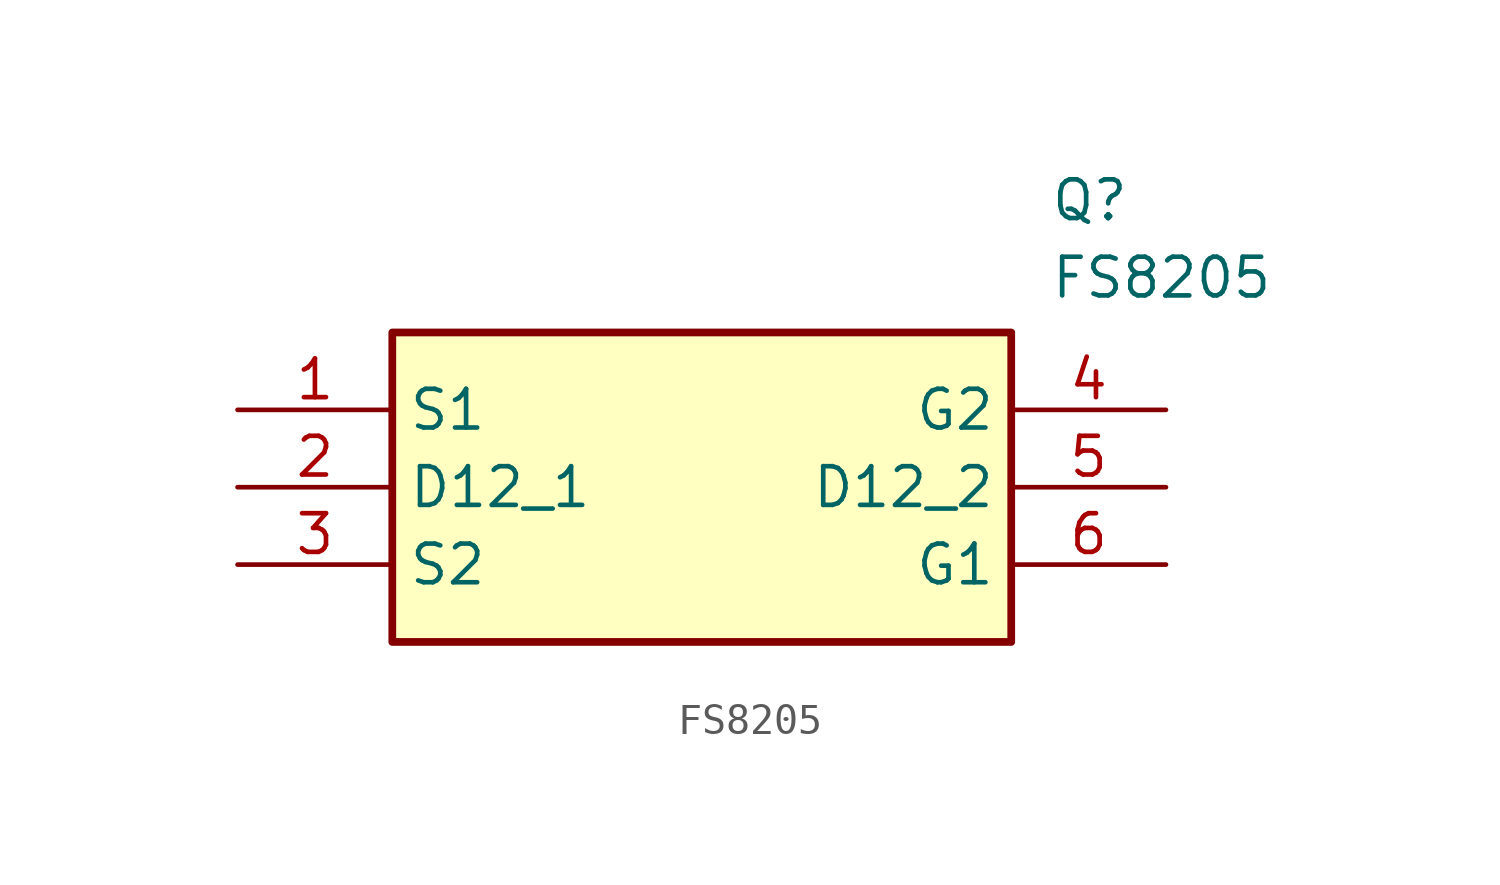
<source format=kicad_sym>
(kicad_symbol_lib
  (version 20211014)
  (generator SamacSys_ECAD_Model)
  (symbol "FS8205"
    (property "Reference" "Q"
      (at 26.67 7.62 0)
      (effects (font (size 1.27 1.27)) (justify left top)))
    (property "Value" "FS8205"
      (at 26.67 5.08 0)
      (effects (font (size 1.27 1.27)) (justify left top)))
    (rectangle
      (start 5.08 2.54)
      (end 25.4 -7.62)
      (stroke (width 0.254) (type default))
      (fill (type background)))
    (pin passive line
      (at 0 0 0)
      (length 5.08)
      (name "S1" (effects (font (size 1.27 1.27))))
      (number "1" (effects (font (size 1.27 1.27)))))
    (pin passive line
      (at 0 -2.54 0)
      (length 5.08)
      (name "D12_1" (effects (font (size 1.27 1.27))))
      (number "2" (effects (font (size 1.27 1.27)))))
    (pin passive line
      (at 0 -5.08 0)
      (length 5.08)
      (name "S2" (effects (font (size 1.27 1.27))))
      (number "3" (effects (font (size 1.27 1.27)))))
    (pin passive line
      (at 30.48 0 180)
      (length 5.08)
      (name "G2" (effects (font (size 1.27 1.27))))
      (number "4" (effects (font (size 1.27 1.27)))))
    (pin passive line
      (at 30.48 -2.54 180)
      (length 5.08)
      (name "D12_2" (effects (font (size 1.27 1.27))))
      (number "5" (effects (font (size 1.27 1.27)))))
    (pin passive line
      (at 30.48 -5.08 180)
      (length 5.08)
      (name "G1" (effects (font (size 1.27 1.27))))
      (number "6" (effects (font (size 1.27 1.27)))))))
</source>
